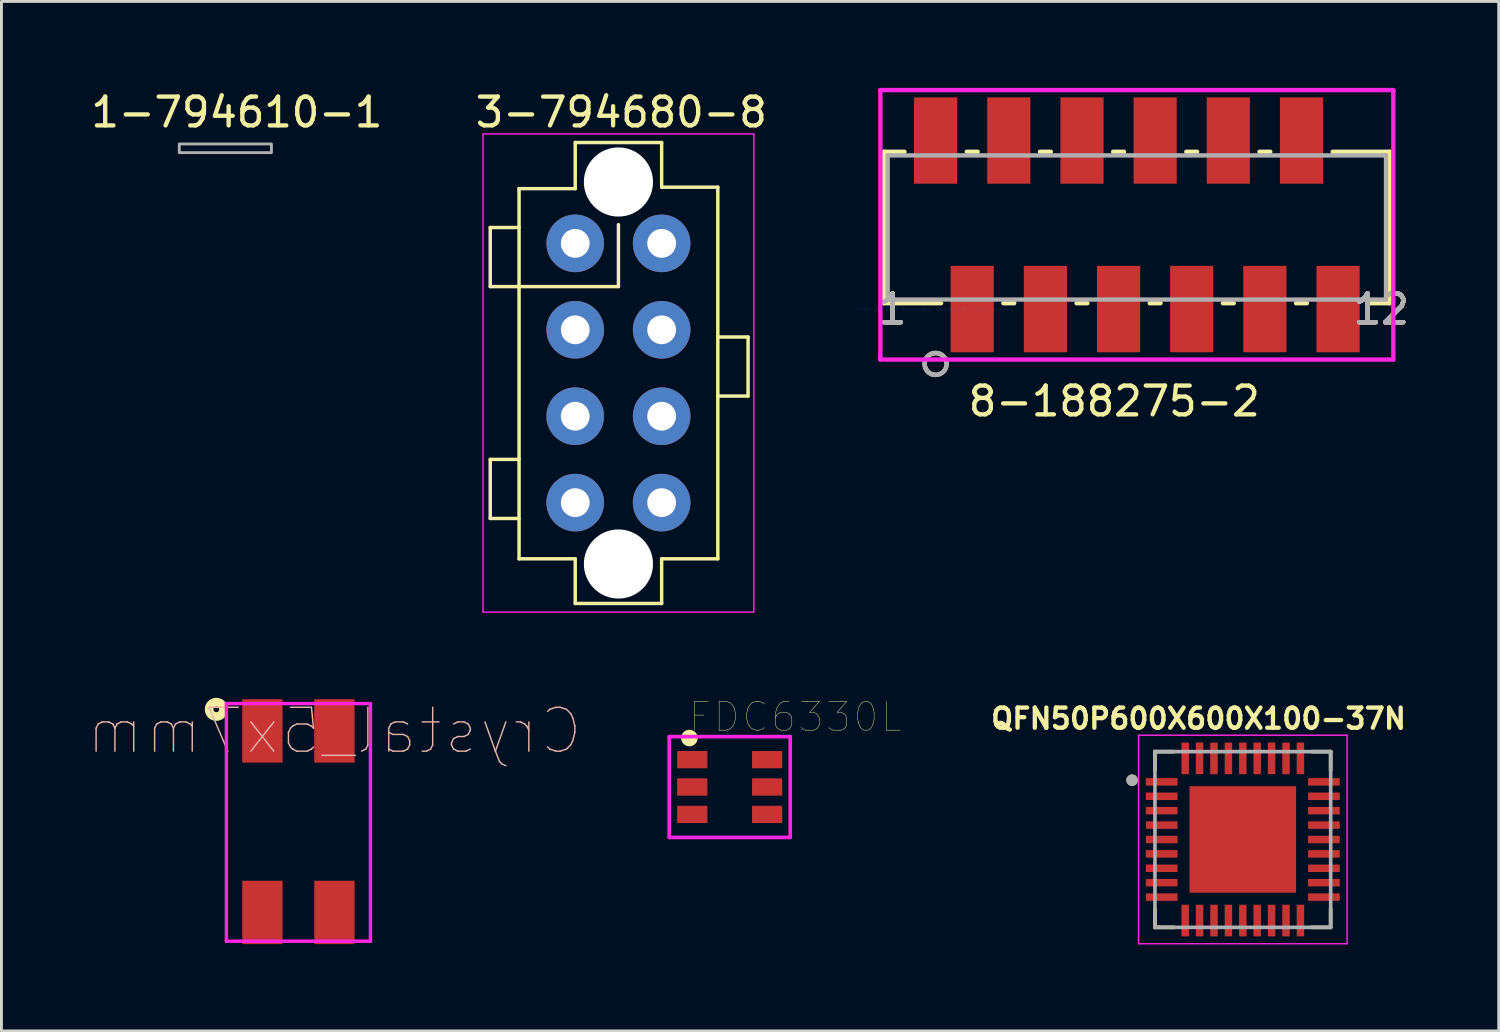
<source format=kicad_pcb>
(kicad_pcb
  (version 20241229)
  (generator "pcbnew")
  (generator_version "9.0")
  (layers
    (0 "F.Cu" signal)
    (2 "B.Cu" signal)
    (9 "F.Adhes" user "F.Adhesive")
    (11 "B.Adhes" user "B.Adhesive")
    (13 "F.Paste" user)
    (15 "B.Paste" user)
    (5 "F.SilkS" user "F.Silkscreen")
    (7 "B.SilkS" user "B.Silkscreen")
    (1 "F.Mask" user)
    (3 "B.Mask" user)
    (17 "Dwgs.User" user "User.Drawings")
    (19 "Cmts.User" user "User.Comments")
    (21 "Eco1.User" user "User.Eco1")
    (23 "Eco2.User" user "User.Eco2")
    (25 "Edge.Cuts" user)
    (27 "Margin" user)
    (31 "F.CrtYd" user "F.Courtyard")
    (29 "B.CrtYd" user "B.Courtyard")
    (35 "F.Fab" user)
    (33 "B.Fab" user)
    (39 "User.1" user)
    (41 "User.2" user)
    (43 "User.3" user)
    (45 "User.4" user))
  (footprint "8-188275-2"
    (layer "F.Cu")
    (at 29.429 7.679)
    (property "Reference" "8-188275-2" (at 6.2 3.2 0) (layer "F.SilkS") (effects (font (size 1 1) (thickness 0.15))))
    (attr through_hole)
    (fp_line (start -1.791 -5.461) (end -1.791 -0.203) (stroke (width 0.152) (type solid)) (layer "F.SilkS"))
    (fp_line (start -1.791 -0.203) (end 0.188 -0.203) (stroke (width 0.152) (type solid)) (layer "F.SilkS"))
    (fp_line (start -1.082 -5.461) (end -1.791 -5.461) (stroke (width 0.152) (type solid)) (layer "F.SilkS"))
    (fp_line (start 1.458 -5.461) (end 1.082 -5.461) (stroke (width 0.152) (type solid)) (layer "F.SilkS"))
    (fp_line (start 2.352 -0.203) (end 2.728 -0.203) (stroke (width 0.152) (type solid)) (layer "F.SilkS"))
    (fp_line (start 3.998 -5.461) (end 3.622 -5.461) (stroke (width 0.152) (type solid)) (layer "F.SilkS"))
    (fp_line (start 4.892 -0.203) (end 5.268 -0.203) (stroke (width 0.152) (type solid)) (layer "F.SilkS"))
    (fp_line (start 6.538 -5.461) (end 6.162 -5.461) (stroke (width 0.152) (type solid)) (layer "F.SilkS"))
    (fp_line (start 7.432 -0.203) (end 7.808 -0.203) (stroke (width 0.152) (type solid)) (layer "F.SilkS"))
    (fp_line (start 9.078 -5.461) (end 8.702 -5.461) (stroke (width 0.152) (type solid)) (layer "F.SilkS"))
    (fp_line (start 9.972 -0.203) (end 10.348 -0.203) (stroke (width 0.152) (type solid)) (layer "F.SilkS"))
    (fp_line (start 11.618 -5.461) (end 11.242 -5.461) (stroke (width 0.152) (type solid)) (layer "F.SilkS"))
    (fp_line (start 12.512 -0.203) (end 12.888 -0.203) (stroke (width 0.152) (type solid)) (layer "F.SilkS"))
    (fp_line (start 15.052 -0.203) (end 15.761 -0.203) (stroke (width 0.152) (type solid)) (layer "F.SilkS"))
    (fp_line (start 15.761 -5.461) (end 13.782 -5.461) (stroke (width 0.152) (type solid)) (layer "F.SilkS"))
    (fp_line (start 15.761 -0.203) (end 15.761 -5.461) (stroke (width 0.152) (type solid)) (layer "F.SilkS"))
    (fp_arc (start 0 2.286) (mid -0.293583 1.662162) (end 0.374241 1.833555) (stroke (width 0.1524) (type solid)) (layer "F.SilkS"))
    (fp_circle (center 0 1.905) (end 0.381 1.905) (stroke (width 0.152) (type solid)) (fill no) (layer "B.SilkS"))
    (fp_line (start -1.918 -7.602) (end -1.918 1.753) (stroke (width 0.152) (type solid)) (layer "F.CrtYd"))
    (fp_line (start -1.918 1.753) (end 15.888 1.753) (stroke (width 0.152) (type solid)) (layer "F.CrtYd"))
    (fp_line (start 15.888 -7.602) (end -1.918 -7.602) (stroke (width 0.152) (type solid)) (layer "F.CrtYd"))
    (fp_line (start 15.888 1.753) (end 15.888 -7.602) (stroke (width 0.152) (type solid)) (layer "F.CrtYd"))
    (fp_line (start -1.664 -5.334) (end -1.664 -0.33) (stroke (width 0.152) (type solid)) (layer "F.Fab"))
    (fp_line (start -1.664 -0.33) (end 15.634 -0.33) (stroke (width 0.152) (type solid)) (layer "F.Fab"))
    (fp_line (start 15.634 -5.334) (end -1.664 -5.334) (stroke (width 0.152) (type solid)) (layer "F.Fab"))
    (fp_line (start 15.634 -0.33) (end 15.634 -5.334) (stroke (width 0.152) (type solid)) (layer "F.Fab"))
    (fp_circle (center 0 1.905) (end 0.381 1.905) (stroke (width 0.152) (type solid)) (fill no) (layer "F.Fab"))
    (fp_text user "1" (at -1.499 0 0) (layer "F.SilkS") (effects (font (size 1 1) (thickness 0.15))))
    (fp_text user "12" (at 15.469 0 0) (layer "F.SilkS") (effects (font (size 1 1) (thickness 0.15))))
    (fp_text user "12" (at 15.469 0 0) (layer "F.SilkS") (effects (font (size 1 1) (thickness 0.15))))
    (fp_text user "1" (at -1.499 0 0) (layer "F.SilkS") (effects (font (size 1 1) (thickness 0.15))))
    (fp_text user "12" (at 15.469 0 0) (layer "B.SilkS") (effects (font (size 1 1) (thickness 0.15))))
    (fp_text user "12" (at 15.469 0 0) (layer "B.SilkS") (effects (font (size 1 1) (thickness 0.15))))
    (fp_text user "1" (at -1.499 0 0) (layer "B.SilkS") (effects (font (size 1 1) (thickness 0.15))))
    (fp_text user "1" (at -1.499 0 0) (layer "B.SilkS") (effects (font (size 1 1) (thickness 0.15))))
    (fp_text user "Copyright 2016 Accelerated Designs. All rights reserved." (at 0 0 0) (layer "Cmts.User") (effects (font (size 0.127 0.127) (thickness 0.002))))
    (fp_text user "1" (at -1.499 0 0) (layer "F.Fab") (effects (font (size 1 1) (thickness 0.15))))
    (fp_text user "12" (at 15.469 0 0) (layer "F.Fab") (effects (font (size 1 1) (thickness 0.15))))
    (fp_text user "12" (at 15.469 0 0) (layer "F.Fab") (effects (font (size 1 1) (thickness 0.15))))
    (fp_text user "1" (at -1.499 0 0) (layer "F.Fab") (effects (font (size 1 1) (thickness 0.15))))
    (pad "1" smd rect (at 0 -5.85) (size 1.499 2.997) (layers "F.Cu" "F.Mask" "F.Paste"))
    (pad "2" smd rect (at 1.27 0) (size 1.499 2.997) (layers "F.Cu" "F.Mask" "F.Paste"))
    (pad "3" smd rect (at 2.54 -5.85) (size 1.499 2.997) (layers "F.Cu" "F.Mask" "F.Paste"))
    (pad "4" smd rect (at 3.81 0) (size 1.499 2.997) (layers "F.Cu" "F.Mask" "F.Paste"))
    (pad "5" smd rect (at 5.08 -5.85) (size 1.499 2.997) (layers "F.Cu" "F.Mask" "F.Paste"))
    (pad "6" smd rect (at 6.35 0) (size 1.499 2.997) (layers "F.Cu" "F.Mask" "F.Paste"))
    (pad "7" smd rect (at 7.62 -5.85) (size 1.499 2.997) (layers "F.Cu" "F.Mask" "F.Paste"))
    (pad "8" smd rect (at 8.89 0) (size 1.499 2.997) (layers "F.Cu" "F.Mask" "F.Paste"))
    (pad "9" smd rect (at 10.16 -5.85) (size 1.499 2.997) (layers "F.Cu" "F.Mask" "F.Paste"))
    (pad "10" smd rect (at 11.43 0) (size 1.499 2.997) (layers "F.Cu" "F.Mask" "F.Paste"))
    (pad "11" smd rect (at 12.7 -5.85) (size 1.499 2.997) (layers "F.Cu" "F.Mask" "F.Paste"))
    (pad "12" smd rect (at 13.97 0) (size 1.499 2.997) (layers "F.Cu" "F.Mask" "F.Paste")))
  (footprint "1-794610-1"
    (layer "F.Cu")
    (at 4.673 2.148)
    (property "Reference" "1-794610-1" (at 0.5 -1.3 0) (layer "F.SilkS") (effects (font (size 1 1) (thickness 0.15))))
    (attr through_hole)
    (fp_poly (pts (xy 1.7 0.1) (xy -1.5 0.1) (xy -1.5 -0.2) (xy 1.7 -0.2)) (stroke (width 0.1) (type solid)) (fill no) (layer "F.Fab")))
  (footprint "3-794680-8"
    (layer "F.Cu")
    (at 16.918 5.398)
    (property "Reference" "3-794680-8" (at 1.6 -4.55 0) (layer "F.SilkS") (effects (font (size 1 1) (thickness 0.15))))
    (attr through_hole)
    (fp_line (start -2.95 -0.55) (end -1.95 -0.55) (stroke (width 0.12) (type solid)) (layer "F.SilkS"))
    (fp_line (start -2.95 1.5) (end -2.95 -0.55) (stroke (width 0.12) (type solid)) (layer "F.SilkS"))
    (fp_line (start -2.95 7.5) (end -1.95 7.5) (stroke (width 0.12) (type solid)) (layer "F.SilkS"))
    (fp_line (start -2.95 9.55) (end -2.95 7.5) (stroke (width 0.12) (type solid)) (layer "F.SilkS"))
    (fp_line (start -1.95 -1.9) (end 0 -1.9) (stroke (width 0.12) (type solid)) (layer "F.SilkS"))
    (fp_line (start -1.95 1.5) (end -2.95 1.5) (stroke (width 0.12) (type solid)) (layer "F.SilkS"))
    (fp_line (start -1.95 1.5) (end -1.95 -1.9) (stroke (width 0.12) (type solid)) (layer "F.SilkS"))
    (fp_line (start -1.95 1.5) (end -1.95 10.95) (stroke (width 0.12) (type solid)) (layer "F.SilkS"))
    (fp_line (start -1.95 1.5) (end 1.5 1.5) (stroke (width 0.12) (type solid)) (layer "F.SilkS"))
    (fp_line (start -1.95 9.55) (end -2.95 9.55) (stroke (width 0.12) (type solid)) (layer "F.SilkS"))
    (fp_line (start 0 -3.5) (end 0 -1.9) (stroke (width 0.12) (type solid)) (layer "F.SilkS"))
    (fp_line (start 0 -3.5) (end 3 -3.5) (stroke (width 0.12) (type solid)) (layer "F.SilkS"))
    (fp_line (start 0 10.95) (end -1.95 10.95) (stroke (width 0.12) (type solid)) (layer "F.SilkS"))
    (fp_line (start 0 12.5) (end 0 10.95) (stroke (width 0.12) (type solid)) (layer "F.SilkS"))
    (fp_line (start 1.5 1.5) (end 1.5 -0.65) (stroke (width 0.12) (type solid)) (layer "F.SilkS"))
    (fp_line (start 3 -3.5) (end 3 -1.95) (stroke (width 0.12) (type solid)) (layer "F.SilkS"))
    (fp_line (start 3 -1.95) (end 4.95 -1.95) (stroke (width 0.12) (type solid)) (layer "F.SilkS"))
    (fp_line (start 3 12.5) (end 0 12.5) (stroke (width 0.12) (type solid)) (layer "F.SilkS"))
    (fp_line (start 3 12.5) (end 3 10.95) (stroke (width 0.12) (type solid)) (layer "F.SilkS"))
    (fp_line (start 4.95 -1.95) (end 4.95 10.95) (stroke (width 0.12) (type solid)) (layer "F.SilkS"))
    (fp_line (start 4.95 10.95) (end 3 10.95) (stroke (width 0.12) (type solid)) (layer "F.SilkS"))
    (fp_line (start 5 3.25) (end 6 3.25) (stroke (width 0.12) (type solid)) (layer "F.SilkS"))
    (fp_line (start 6 3.25) (end 6 5.3) (stroke (width 0.12) (type solid)) (layer "F.SilkS"))
    (fp_line (start 6 5.3) (end 4.95 5.3) (stroke (width 0.12) (type solid)) (layer "F.SilkS"))
    (fp_line (start -3.2 -3.8) (end -3.2 12.8) (stroke (width 0.05) (type solid)) (layer "F.CrtYd"))
    (fp_line (start -3.2 12.8) (end 6.2 12.8) (stroke (width 0.05) (type solid)) (layer "F.CrtYd"))
    (fp_line (start 6.2 -3.8) (end -3.2 -3.8) (stroke (width 0.05) (type solid)) (layer "F.CrtYd"))
    (fp_line (start 6.2 12.8) (end 6.2 -3.8) (stroke (width 0.05) (type solid)) (layer "F.CrtYd"))
    (pad "" np_thru_hole oval (at 1.5 -2.13) (size 2.4 2.4) (drill 2.4) (layers "*.Cu" "*.Mask"))
    (pad "" np_thru_hole oval (at 1.5 11.13 180) (size 2.4 2.4) (drill 2.4) (layers "*.Cu" "*.Mask"))
    (pad "1" thru_hole circle (at 0 0) (size 2 2) (drill 1) (layers "*.Cu" "*.Mask"))
    (pad "2" thru_hole oval (at 3 0) (size 2 2) (drill 1) (layers "*.Cu" "*.Mask"))
    (pad "3" thru_hole oval (at 0 3) (size 2 2) (drill 1) (layers "*.Cu" "*.Mask"))
    (pad "4" thru_hole oval (at 3 3) (size 2 2) (drill 1) (layers "*.Cu" "*.Mask"))
    (pad "5" thru_hole oval (at 0 6) (size 2 2) (drill 1) (layers "*.Cu" "*.Mask"))
    (pad "6" thru_hole oval (at 3 6) (size 2 2) (drill 1) (layers "*.Cu" "*.Mask"))
    (pad "7" thru_hole oval (at 0 9) (size 2 2) (drill 1) (layers "*.Cu" "*.Mask"))
    (pad "8" thru_hole oval (at 3 9) (size 2 2) (drill 1) (layers "*.Cu" "*.Mask")))
  (footprint "FDC6330L"
    (layer "F.Cu")
    (at 22.281 24.27)
    (property "Reference" "FDC6330L" (at 2.275 -2.435 0) (layer "F.SilkS") (effects (font (size 1 1) (thickness 0.015))))
    (attr through_hole)
    (fp_circle (center -1.4 -1.7) (end -1.3 -1.7) (stroke (width 0.127) (type solid)) (fill no) (layer "F.SilkS"))
    (fp_circle (center -1.4 -1.7) (end -1.259 -1.7) (stroke (width 0.127) (type solid)) (fill no) (layer "F.SilkS"))
    (fp_circle (center -1.4 -1.7) (end -1.176 -1.7) (stroke (width 0.127) (type solid)) (fill no) (layer "F.SilkS"))
    (fp_circle (center -1.4 -1.6) (end -1.3 -1.6) (stroke (width 0.127) (type solid)) (fill no) (layer "F.SilkS"))
    (fp_line (start -2.1 -1.75) (end 2.1 -1.75) (stroke (width 0.127) (type solid)) (layer "F.CrtYd"))
    (fp_line (start -2.1 1.75) (end -2.1 -1.75) (stroke (width 0.127) (type solid)) (layer "F.CrtYd"))
    (fp_line (start 2.1 -1.75) (end 2.1 1.75) (stroke (width 0.127) (type solid)) (layer "F.CrtYd"))
    (fp_line (start 2.1 1.75) (end -2.1 1.75) (stroke (width 0.127) (type solid)) (layer "F.CrtYd"))
    (pad "1" smd rect (at -1.3 -0.95) (size 1.05 0.6) (layers "F.Cu" "F.Mask" "F.Paste"))
    (pad "2" smd rect (at -1.3 0) (size 1.05 0.6) (layers "F.Cu" "F.Mask" "F.Paste"))
    (pad "3" smd rect (at -1.3 0.95) (size 1.05 0.6) (layers "F.Cu" "F.Mask" "F.Paste"))
    (pad "4" smd rect (at 1.3 0.95) (size 1.05 0.6) (layers "F.Cu" "F.Mask" "F.Paste"))
    (pad "5" smd rect (at 1.3 0) (size 1.05 0.6) (layers "F.Cu" "F.Mask" "F.Paste"))
    (pad "6" smd rect (at 1.3 -0.95) (size 1.05 0.6) (layers "F.Cu" "F.Mask" "F.Paste")))
  (footprint "Crystal_5x7mm"
    (layer "F.Cu")
    (at 8.559 22.323)
    (property "Reference" "Crystal_5x7mm" (at 0 0 0) (layer "B.SilkS") (effects (font (size 1.524 1.524) (thickness 0.05)) (justify mirror)))
    (attr smd)
    (fp_circle (center -4.1 -0.75) (end -4 -0.75) (stroke (width 0.3) (type solid)) (fill no) (layer "F.SilkS"))
    (fp_line (start -3.75 -0.95) (end 1.25 -0.95) (stroke (width 0.12) (type solid)) (layer "F.CrtYd"))
    (fp_line (start -3.75 7.3) (end -3.75 -0.95) (stroke (width 0.12) (type solid)) (layer "F.CrtYd"))
    (fp_line (start 1.25 -0.95) (end 1.25 7.3) (stroke (width 0.12) (type solid)) (layer "F.CrtYd"))
    (fp_line (start 1.25 7.3) (end -3.75 7.3) (stroke (width 0.12) (type solid)) (layer "F.CrtYd"))
    (pad "1" smd rect (at -2.5 0 270) (size 2.2 1.4) (layers "F.Cu" "F.Mask" "F.Paste"))
    (pad "2" smd rect (at -2.5 6.3 270) (size 2.2 1.4) (layers "F.Cu" "F.Mask" "F.Paste"))
    (pad "3" smd rect (at 0 6.3 270) (size 2.2 1.4) (layers "F.Cu" "F.Mask" "F.Paste"))
    (pad "4" smd rect (at 0 0 270) (size 2.2 1.4) (layers "F.Cu" "F.Mask" "F.Paste")))
  (footprint "QFN50P600X600X100-37N"
    (layer "F.Cu")
    (at 40.092 26.091)
    (property "Reference" "QFN50P600X600X100-37N" (at -1.537 -4.195 0) (layer "F.SilkS") (effects (font (size 0.7 0.7) (thickness 0.15))))
    (attr through_hole)
    (fp_line (start -3.05 -3.05) (end -2.4 -3.05) (stroke (width 0.127) (type solid)) (layer "F.SilkS"))
    (fp_line (start -3.05 -2.4) (end -3.05 -3.05) (stroke (width 0.127) (type solid)) (layer "F.SilkS"))
    (fp_line (start -3.05 2.4) (end -3.05 3.05) (stroke (width 0.127) (type solid)) (layer "F.SilkS"))
    (fp_line (start -3.05 3.05) (end -2.4 3.05) (stroke (width 0.127) (type solid)) (layer "F.SilkS"))
    (fp_line (start 2.4 -3.05) (end 3.05 -3.05) (stroke (width 0.127) (type solid)) (layer "F.SilkS"))
    (fp_line (start 2.4 3.05) (end 3.05 3.05) (stroke (width 0.127) (type solid)) (layer "F.SilkS"))
    (fp_line (start 3.05 -3.05) (end 3.05 -2.4) (stroke (width 0.127) (type solid)) (layer "F.SilkS"))
    (fp_line (start 3.05 3.05) (end 3.05 2.4) (stroke (width 0.127) (type solid)) (layer "F.SilkS"))
    (fp_circle (center -3.843 -2.058) (end -3.743 -2.058) (stroke (width 0.2) (type solid)) (fill no) (layer "F.SilkS"))
    (fp_poly (pts (xy -1.49 -1.49) (xy -0.18 -1.49) (xy -0.18 -0.18) (xy -1.49 -0.18)) (stroke (width 0.01) (type solid)) (fill yes) (layer "F.Paste"))
    (fp_poly (pts (xy -1.49 0.18) (xy -0.18 0.18) (xy -0.18 1.49) (xy -1.49 1.49)) (stroke (width 0.01) (type solid)) (fill yes) (layer "F.Paste"))
    (fp_poly (pts (xy 0.18 -1.49) (xy 1.49 -1.49) (xy 1.49 -0.18) (xy 0.18 -0.18)) (stroke (width 0.01) (type solid)) (fill yes) (layer "F.Paste"))
    (fp_poly (pts (xy 0.18 0.18) (xy 1.49 0.18) (xy 1.49 1.49) (xy 0.18 1.49)) (stroke (width 0.01) (type solid)) (fill yes) (layer "F.Paste"))
    (fp_line (start -3.62 -3.62) (end 3.62 -3.62) (stroke (width 0.05) (type solid)) (layer "F.CrtYd"))
    (fp_line (start -3.62 3.62) (end -3.62 -3.62) (stroke (width 0.05) (type solid)) (layer "F.CrtYd"))
    (fp_line (start 3.62 -3.62) (end 3.62 3.62) (stroke (width 0.05) (type solid)) (layer "F.CrtYd"))
    (fp_line (start 3.62 3.62) (end -3.62 3.62) (stroke (width 0.05) (type solid)) (layer "F.CrtYd"))
    (fp_line (start -3.05 3.05) (end -3.05 -3.05) (stroke (width 0.127) (type solid)) (layer "F.Fab"))
    (fp_line (start 3.05 -3.05) (end -3.05 -3.05) (stroke (width 0.127) (type solid)) (layer "F.Fab"))
    (fp_line (start 3.05 3.05) (end -3.05 3.05) (stroke (width 0.127) (type solid)) (layer "F.Fab"))
    (fp_line (start 3.05 3.05) (end 3.05 -3.05) (stroke (width 0.127) (type solid)) (layer "F.Fab"))
    (fp_circle (center -3.843 -2.058) (end -3.743 -2.058) (stroke (width 0.2) (type solid)) (fill no) (layer "F.Fab"))
    (pad "1" smd rect (at -2.815 -2) (size 1.1 0.26) (layers "F.Cu" "F.Mask" "F.Paste"))
    (pad "2" smd rect (at -2.815 -1.5) (size 1.1 0.26) (layers "F.Cu" "F.Mask" "F.Paste"))
    (pad "3" smd rect (at -2.815 -1) (size 1.1 0.26) (layers "F.Cu" "F.Mask" "F.Paste"))
    (pad "4" smd rect (at -2.815 -0.5) (size 1.1 0.26) (layers "F.Cu" "F.Mask" "F.Paste"))
    (pad "5" smd rect (at -2.815 0) (size 1.1 0.26) (layers "F.Cu" "F.Mask" "F.Paste"))
    (pad "6" smd rect (at -2.815 0.5) (size 1.1 0.26) (layers "F.Cu" "F.Mask" "F.Paste"))
    (pad "7" smd rect (at -2.815 1) (size 1.1 0.26) (layers "F.Cu" "F.Mask" "F.Paste"))
    (pad "8" smd rect (at -2.815 1.5) (size 1.1 0.26) (layers "F.Cu" "F.Mask" "F.Paste"))
    (pad "9" smd rect (at -2.815 2) (size 1.1 0.26) (layers "F.Cu" "F.Mask" "F.Paste"))
    (pad "10" smd rect (at -2 2.815) (size 0.26 1.1) (layers "F.Cu" "F.Mask" "F.Paste"))
    (pad "11" smd rect (at -1.5 2.815) (size 0.26 1.1) (layers "F.Cu" "F.Mask" "F.Paste"))
    (pad "12" smd rect (at -1 2.815) (size 0.26 1.1) (layers "F.Cu" "F.Mask" "F.Paste"))
    (pad "13" smd rect (at -0.5 2.815) (size 0.26 1.1) (layers "F.Cu" "F.Mask" "F.Paste"))
    (pad "14" smd rect (at 0 2.815) (size 0.26 1.1) (layers "F.Cu" "F.Mask" "F.Paste"))
    (pad "15" smd rect (at 0.5 2.815) (size 0.26 1.1) (layers "F.Cu" "F.Mask" "F.Paste"))
    (pad "16" smd rect (at 1 2.815) (size 0.26 1.1) (layers "F.Cu" "F.Mask" "F.Paste"))
    (pad "17" smd rect (at 1.5 2.815) (size 0.26 1.1) (layers "F.Cu" "F.Mask" "F.Paste"))
    (pad "18" smd rect (at 2 2.815) (size 0.26 1.1) (layers "F.Cu" "F.Mask" "F.Paste"))
    (pad "19" smd rect (at 2.815 2) (size 1.1 0.26) (layers "F.Cu" "F.Mask" "F.Paste"))
    (pad "20" smd rect (at 2.815 1.5) (size 1.1 0.26) (layers "F.Cu" "F.Mask" "F.Paste"))
    (pad "21" smd rect (at 2.815 1) (size 1.1 0.26) (layers "F.Cu" "F.Mask" "F.Paste"))
    (pad "22" smd rect (at 2.815 0.5) (size 1.1 0.26) (layers "F.Cu" "F.Mask" "F.Paste"))
    (pad "23" smd rect (at 2.815 0) (size 1.1 0.26) (layers "F.Cu" "F.Mask" "F.Paste"))
    (pad "24" smd rect (at 2.815 -0.5) (size 1.1 0.26) (layers "F.Cu" "F.Mask" "F.Paste"))
    (pad "25" smd rect (at 2.815 -1) (size 1.1 0.26) (layers "F.Cu" "F.Mask" "F.Paste"))
    (pad "26" smd rect (at 2.815 -1.5) (size 1.1 0.26) (layers "F.Cu" "F.Mask" "F.Paste"))
    (pad "27" smd rect (at 2.815 -2) (size 1.1 0.26) (layers "F.Cu" "F.Mask" "F.Paste"))
    (pad "28" smd rect (at 2 -2.815) (size 0.26 1.1) (layers "F.Cu" "F.Mask" "F.Paste"))
    (pad "29" smd rect (at 1.5 -2.815) (size 0.26 1.1) (layers "F.Cu" "F.Mask" "F.Paste"))
    (pad "30" smd rect (at 1 -2.815) (size 0.26 1.1) (layers "F.Cu" "F.Mask" "F.Paste"))
    (pad "31" smd rect (at 0.5 -2.815) (size 0.26 1.1) (layers "F.Cu" "F.Mask" "F.Paste"))
    (pad "32" smd rect (at 0 -2.815) (size 0.26 1.1) (layers "F.Cu" "F.Mask" "F.Paste"))
    (pad "33" smd rect (at -0.5 -2.815) (size 0.26 1.1) (layers "F.Cu" "F.Mask" "F.Paste"))
    (pad "34" smd rect (at -1 -2.815) (size 0.26 1.1) (layers "F.Cu" "F.Mask" "F.Paste"))
    (pad "35" smd rect (at -1.5 -2.815) (size 0.26 1.1) (layers "F.Cu" "F.Mask" "F.Paste"))
    (pad "36" smd rect (at -2 -2.815) (size 0.26 1.1) (layers "F.Cu" "F.Mask" "F.Paste"))
    (pad "37" smd rect (at 0 0) (size 3.7 3.7) (layers "F.Cu" "F.Mask")))
  (gr_rect
    (start -3 -3)
    (end 48.975 32.736)
    (stroke (width 0.1) (type default))
    (fill no)
    (layer "Edge.Cuts")))
</source>
